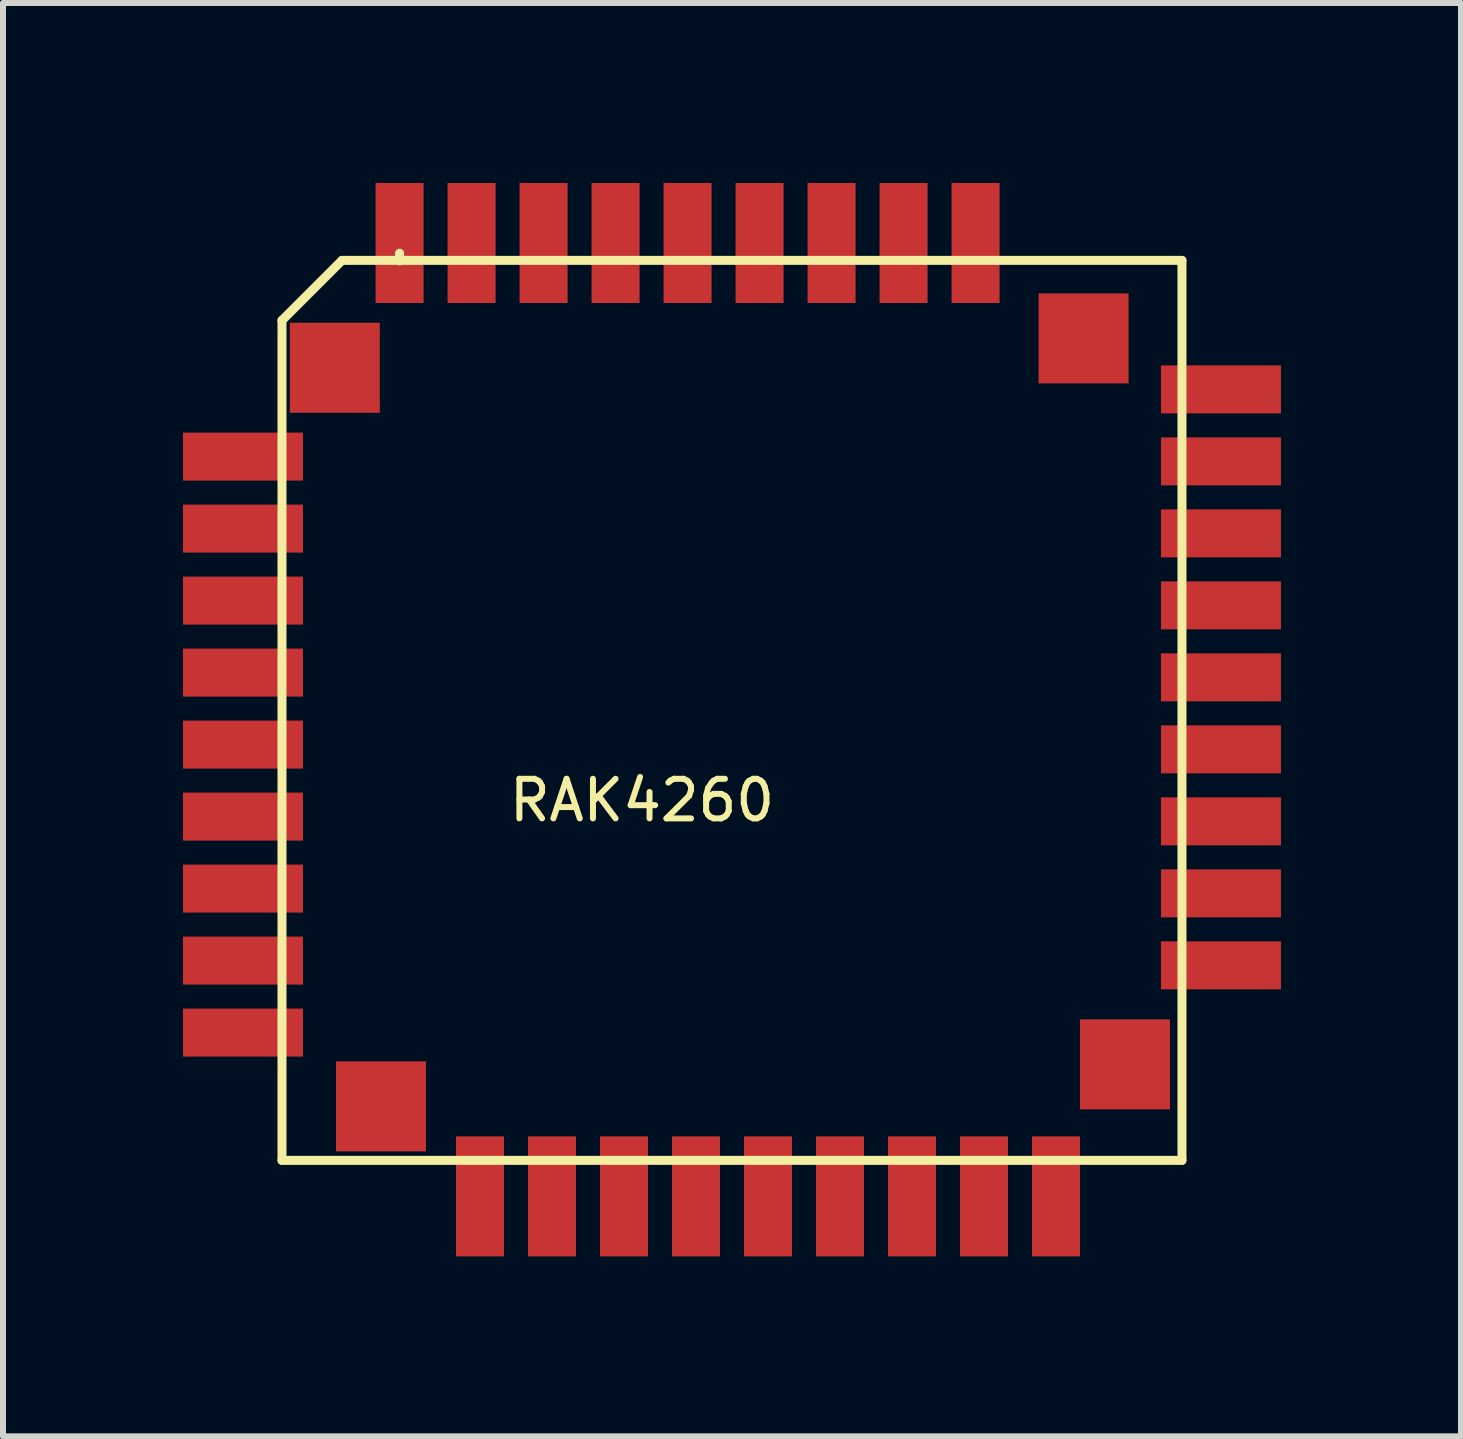
<source format=kicad_pcb>
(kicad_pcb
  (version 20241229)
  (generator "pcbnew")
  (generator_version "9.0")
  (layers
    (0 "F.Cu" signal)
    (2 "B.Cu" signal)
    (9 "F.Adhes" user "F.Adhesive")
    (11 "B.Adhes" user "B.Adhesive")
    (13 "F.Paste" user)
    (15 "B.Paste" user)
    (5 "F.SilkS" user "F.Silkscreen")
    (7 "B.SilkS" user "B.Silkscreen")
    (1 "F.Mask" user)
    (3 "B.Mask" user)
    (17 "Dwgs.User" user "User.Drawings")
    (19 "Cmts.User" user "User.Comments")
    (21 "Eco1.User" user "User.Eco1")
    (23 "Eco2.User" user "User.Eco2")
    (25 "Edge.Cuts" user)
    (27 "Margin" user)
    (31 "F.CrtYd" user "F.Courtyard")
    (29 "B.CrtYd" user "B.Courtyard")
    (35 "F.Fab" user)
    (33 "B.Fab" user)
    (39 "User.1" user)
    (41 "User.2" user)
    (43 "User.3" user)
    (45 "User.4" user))
  (footprint "RAK4260"
    (layer "F.Cu")
    (at 1.65 16.29)
    (property "Reference" "RAK4260" (at 6 -6 0) (layer "F.SilkS") (effects (font (size 0.66 0.66) (thickness 0.1))))
    (attr through_hole)
    (fp_line (start 0 -14) (end 0 0) (stroke (width 0.15) (type solid)) (layer "F.SilkS"))
    (fp_line (start 0 0) (end 15 0) (stroke (width 0.15) (type solid)) (layer "F.SilkS"))
    (fp_line (start 1 -15) (end 0 -14) (stroke (width 0.15) (type solid)) (layer "F.SilkS"))
    (fp_line (start 1.96 -14.99) (end 1.96 -15.12) (stroke (width 0.15) (type solid)) (layer "F.SilkS"))
    (fp_line (start 15 -15) (end 1 -15) (stroke (width 0.15) (type solid)) (layer "F.SilkS"))
    (fp_line (start 15 0) (end 15 -15) (stroke (width 0.15) (type solid)) (layer "F.SilkS"))
    (pad "1" smd rect (at -0.65 -11.73 90) (size 0.8 2) (layers "F.Cu" "F.Mask" "F.Paste"))
    (pad "2" smd rect (at -0.65 -10.53 90) (size 0.8 2) (layers "F.Cu" "F.Mask" "F.Paste"))
    (pad "3" smd rect (at -0.65 -9.33 90) (size 0.8 2) (layers "F.Cu" "F.Mask" "F.Paste"))
    (pad "4" smd rect (at -0.65 -8.13 90) (size 0.8 2) (layers "F.Cu" "F.Mask" "F.Paste"))
    (pad "5" smd rect (at -0.65 -6.93 90) (size 0.8 2) (layers "F.Cu" "F.Mask" "F.Paste"))
    (pad "6" smd rect (at -0.65 -5.73 90) (size 0.8 2) (layers "F.Cu" "F.Mask" "F.Paste"))
    (pad "7" smd rect (at -0.65 -4.53 90) (size 0.8 2) (layers "F.Cu" "F.Mask" "F.Paste"))
    (pad "8" smd rect (at -0.65 -3.33 90) (size 0.8 2) (layers "F.Cu" "F.Mask" "F.Paste"))
    (pad "9" smd rect (at -0.65 -2.13 90) (size 0.8 2) (layers "F.Cu" "F.Mask" "F.Paste"))
    (pad "10" smd rect (at 3.3 0.6) (size 0.8 2) (layers "F.Cu" "F.Mask" "F.Paste"))
    (pad "11" smd rect (at 4.5 0.6) (size 0.8 2) (layers "F.Cu" "F.Mask" "F.Paste"))
    (pad "12" smd rect (at 5.7 0.6) (size 0.8 2) (layers "F.Cu" "F.Mask" "F.Paste"))
    (pad "13" smd rect (at 6.9 0.6) (size 0.8 2) (layers "F.Cu" "F.Mask" "F.Paste"))
    (pad "14" smd rect (at 8.1 0.6) (size 0.8 2) (layers "F.Cu" "F.Mask" "F.Paste"))
    (pad "15" smd rect (at 9.3 0.6) (size 0.8 2) (layers "F.Cu" "F.Mask" "F.Paste"))
    (pad "16" smd rect (at 10.5 0.6) (size 0.8 2) (layers "F.Cu" "F.Mask" "F.Paste"))
    (pad "17" smd rect (at 11.7 0.6) (size 0.8 2) (layers "F.Cu" "F.Mask" "F.Paste"))
    (pad "18" smd rect (at 12.9 0.6) (size 0.8 2) (layers "F.Cu" "F.Mask" "F.Paste"))
    (pad "19" smd rect (at 15.65 -3.25 90) (size 0.8 2) (layers "F.Cu" "F.Mask" "F.Paste"))
    (pad "20" smd rect (at 15.65 -4.45 90) (size 0.8 2) (layers "F.Cu" "F.Mask" "F.Paste"))
    (pad "21" smd rect (at 15.65 -5.65 90) (size 0.8 2) (layers "F.Cu" "F.Mask" "F.Paste"))
    (pad "22" smd rect (at 15.65 -6.85 90) (size 0.8 2) (layers "F.Cu" "F.Mask" "F.Paste"))
    (pad "23" smd rect (at 15.65 -8.05 90) (size 0.8 2) (layers "F.Cu" "F.Mask" "F.Paste"))
    (pad "24" smd rect (at 15.65 -9.25 90) (size 0.8 2) (layers "F.Cu" "F.Mask" "F.Paste"))
    (pad "25" smd rect (at 15.65 -10.45 90) (size 0.8 2) (layers "F.Cu" "F.Mask" "F.Paste"))
    (pad "26" smd rect (at 15.65 -11.65 90) (size 0.8 2) (layers "F.Cu" "F.Mask" "F.Paste"))
    (pad "27" smd rect (at 15.65 -12.85 90) (size 0.8 2) (layers "F.Cu" "F.Mask" "F.Paste"))
    (pad "28" smd rect (at 11.56 -15.29) (size 0.8 2) (layers "F.Cu" "F.Mask" "F.Paste"))
    (pad "29" smd rect (at 10.36 -15.29) (size 0.8 2) (layers "F.Cu" "F.Mask" "F.Paste"))
    (pad "30" smd rect (at 9.16 -15.29) (size 0.8 2) (layers "F.Cu" "F.Mask" "F.Paste"))
    (pad "31" smd rect (at 7.96 -15.29) (size 0.8 2) (layers "F.Cu" "F.Mask" "F.Paste"))
    (pad "32" smd rect (at 6.76 -15.29) (size 0.8 2) (layers "F.Cu" "F.Mask" "F.Paste"))
    (pad "33" smd rect (at 5.56 -15.29) (size 0.8 2) (layers "F.Cu" "F.Mask" "F.Paste"))
    (pad "34" smd rect (at 4.36 -15.29) (size 0.8 2) (layers "F.Cu" "F.Mask" "F.Paste"))
    (pad "35" smd rect (at 3.16 -15.29) (size 0.8 2) (layers "F.Cu" "F.Mask" "F.Paste"))
    (pad "36" smd rect (at 1.96 -15.29) (size 0.8 2) (layers "F.Cu" "F.Mask" "F.Paste"))
    (pad "37" smd rect (at 0.88 -13.21) (size 1.5 1.5) (layers "F.Cu" "F.Mask" "F.Paste"))
    (pad "37" smd rect (at 1.65 -0.9) (size 1.5 1.5) (layers "F.Cu" "F.Mask" "F.Paste"))
    (pad "37" smd rect (at 13.36 -13.7) (size 1.5 1.5) (layers "F.Cu" "F.Mask" "F.Paste"))
    (pad "37" smd rect (at 14.05 -1.6) (size 1.5 1.5) (layers "F.Cu" "F.Mask" "F.Paste")))
  (gr_rect
    (start -3 -3)
    (end 21.3 20.89)
    (stroke (width 0.1) (type default))
    (fill no)
    (layer "Edge.Cuts")))
</source>
